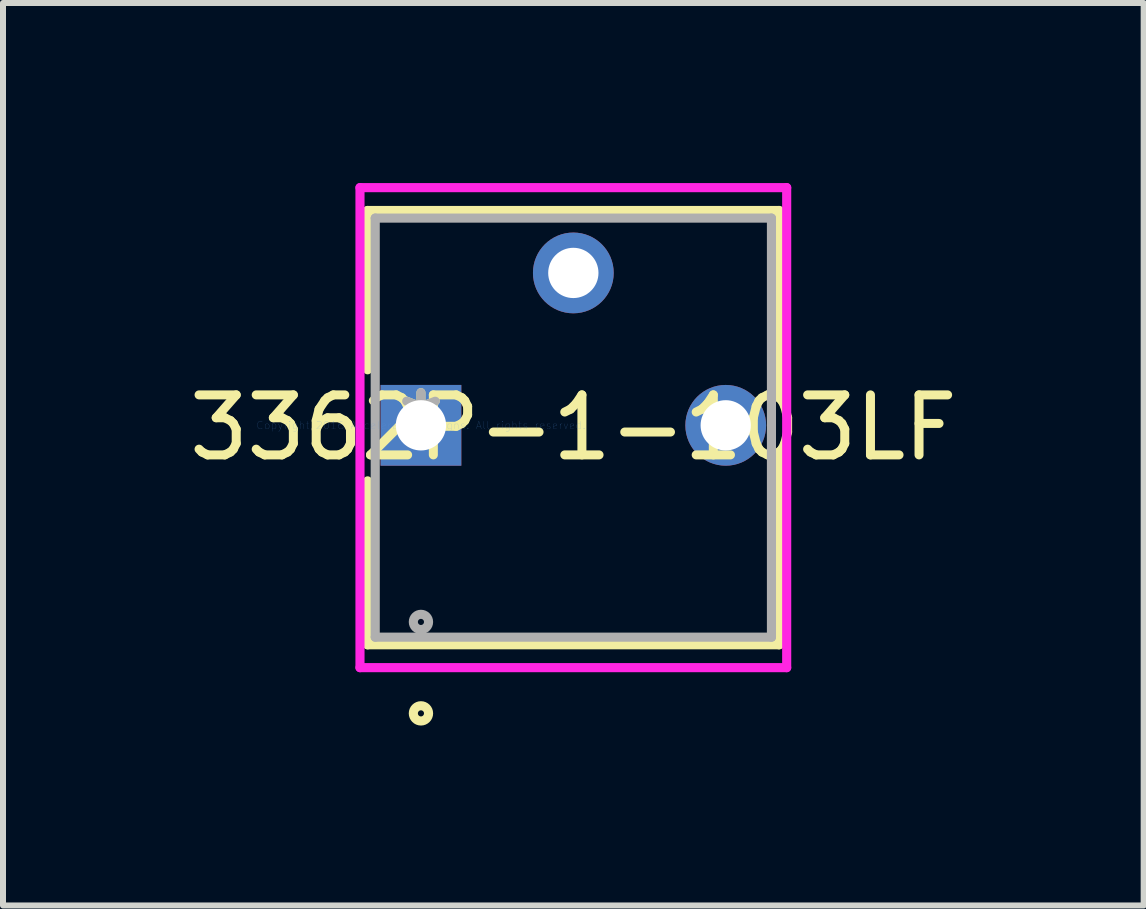
<source format=kicad_pcb>
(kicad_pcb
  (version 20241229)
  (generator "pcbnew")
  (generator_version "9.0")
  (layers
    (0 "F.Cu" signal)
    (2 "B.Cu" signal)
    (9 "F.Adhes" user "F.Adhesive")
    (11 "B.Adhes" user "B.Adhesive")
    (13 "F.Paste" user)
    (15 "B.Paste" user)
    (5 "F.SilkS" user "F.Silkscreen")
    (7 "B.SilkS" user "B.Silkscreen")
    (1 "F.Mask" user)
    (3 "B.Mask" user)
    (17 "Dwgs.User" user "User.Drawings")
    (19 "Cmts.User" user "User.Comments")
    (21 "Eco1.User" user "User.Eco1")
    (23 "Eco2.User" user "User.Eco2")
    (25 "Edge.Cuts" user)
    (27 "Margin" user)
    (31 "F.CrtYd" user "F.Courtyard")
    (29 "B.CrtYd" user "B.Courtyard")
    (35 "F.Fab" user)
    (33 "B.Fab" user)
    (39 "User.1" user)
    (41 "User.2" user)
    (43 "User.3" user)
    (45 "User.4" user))
  (footprint "3362P-1-103LF"
    (layer "F.Cu")
    (at 3.966 4.039)
    (property "Reference" "3362P-1-103LF" (at 2.54 0.038 0) (layer "F.SilkS") (effects (font (size 1 1) (thickness 0.15))))
    (attr through_hole)
    (fp_line (start -0.889 -3.581) (end -0.889 -0.926) (stroke (width 0.152) (type solid)) (layer "F.SilkS"))
    (fp_line (start -0.889 0.926) (end -0.889 3.658) (stroke (width 0.152) (type solid)) (layer "F.SilkS"))
    (fp_line (start -0.889 3.658) (end 5.969 3.658) (stroke (width 0.152) (type solid)) (layer "F.SilkS"))
    (fp_line (start 5.969 -3.581) (end -0.889 -3.581) (stroke (width 0.152) (type solid)) (layer "F.SilkS"))
    (fp_line (start 5.969 -0.471) (end 5.969 -3.581) (stroke (width 0.152) (type solid)) (layer "F.SilkS"))
    (fp_line (start 5.969 3.658) (end 5.969 0.471) (stroke (width 0.152) (type solid)) (layer "F.SilkS"))
    (fp_circle (center 0 4.801) (end 0.127 4.801) (stroke (width 0.152) (type solid)) (fill no) (layer "F.SilkS"))
    (fp_line (start -1.016 -3.962) (end 6.096 -3.962) (stroke (width 0.152) (type solid)) (layer "F.CrtYd"))
    (fp_line (start -1.016 4.039) (end -1.016 -3.962) (stroke (width 0.152) (type solid)) (layer "F.CrtYd"))
    (fp_line (start 6.096 -3.962) (end 6.096 4.039) (stroke (width 0.152) (type solid)) (layer "F.CrtYd"))
    (fp_line (start 6.096 4.039) (end -1.016 4.039) (stroke (width 0.152) (type solid)) (layer "F.CrtYd"))
    (fp_line (start -0.762 -3.454) (end -0.762 3.531) (stroke (width 0.152) (type solid)) (layer "F.Fab"))
    (fp_line (start -0.762 3.531) (end 5.842 3.531) (stroke (width 0.152) (type solid)) (layer "F.Fab"))
    (fp_line (start 5.842 -3.454) (end -0.762 -3.454) (stroke (width 0.152) (type solid)) (layer "F.Fab"))
    (fp_line (start 5.842 3.531) (end 5.842 -3.454) (stroke (width 0.152) (type solid)) (layer "F.Fab"))
    (fp_circle (center 0 3.277) (end 0.127 3.277) (stroke (width 0.152) (type solid)) (fill no) (layer "F.Fab"))
    (fp_text user "*" (at 0 0 0) (layer "F.SilkS") (effects (font (size 1 1) (thickness 0.15))))
    (fp_text user "Copyright 2016 Accelerated Designs. All rights reserved." (at 0 0 0) (layer "Cmts.User") (effects (font (size 0.127 0.127) (thickness 0.002))))
    (fp_text user "*" (at 0 0 0) (layer "F.Fab") (effects (font (size 1 1) (thickness 0.15))))
    (pad "1" thru_hole rect (at 0 0) (size 1.346 1.346) (drill 0.838) (layers "*.Cu" "*.Mask"))
    (pad "2" thru_hole circle (at 2.54 -2.54) (size 1.346 1.346) (drill 0.838) (layers "*.Cu" "*.Mask"))
    (pad "3" thru_hole circle (at 5.08 0) (size 1.346 1.346) (drill 0.838) (layers "*.Cu" "*.Mask")))
  (gr_rect
    (start -3 -3)
    (end 16.012 12.042)
    (stroke (width 0.1) (type default))
    (fill no)
    (layer "Edge.Cuts")))
</source>
